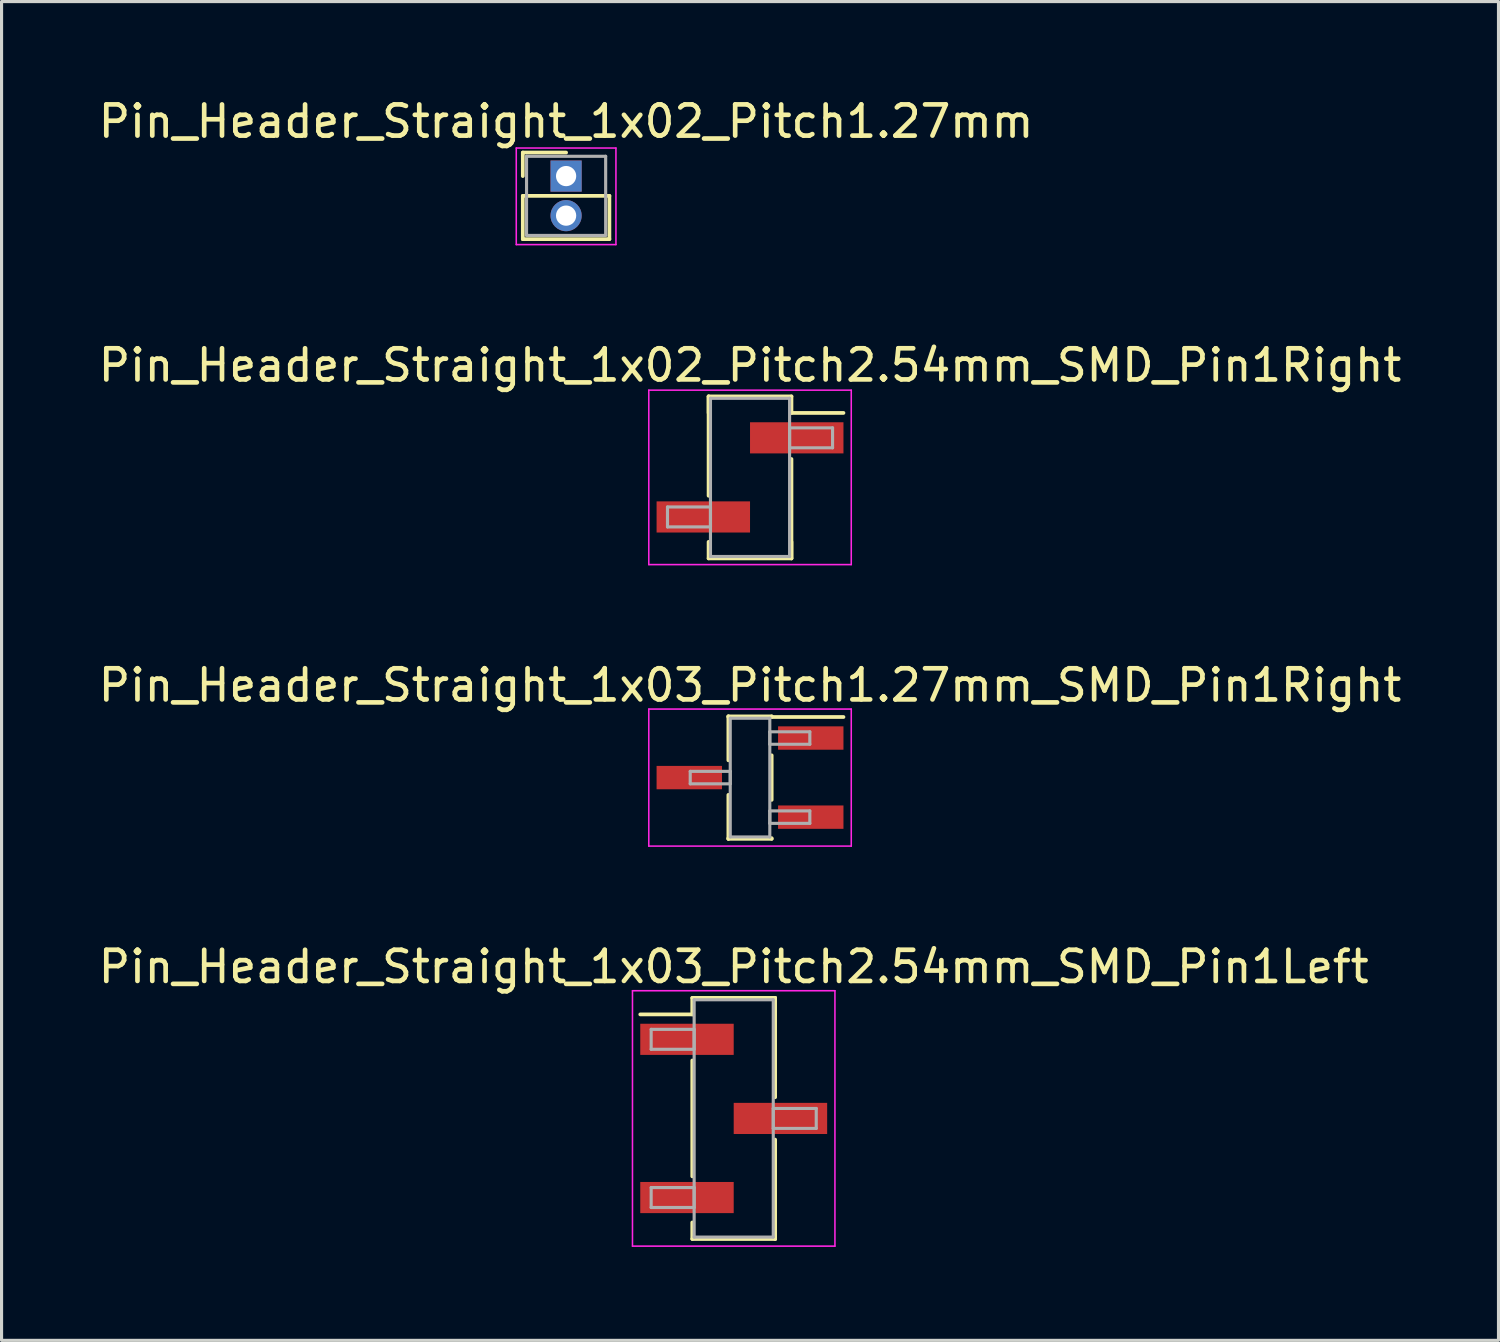
<source format=kicad_pcb>
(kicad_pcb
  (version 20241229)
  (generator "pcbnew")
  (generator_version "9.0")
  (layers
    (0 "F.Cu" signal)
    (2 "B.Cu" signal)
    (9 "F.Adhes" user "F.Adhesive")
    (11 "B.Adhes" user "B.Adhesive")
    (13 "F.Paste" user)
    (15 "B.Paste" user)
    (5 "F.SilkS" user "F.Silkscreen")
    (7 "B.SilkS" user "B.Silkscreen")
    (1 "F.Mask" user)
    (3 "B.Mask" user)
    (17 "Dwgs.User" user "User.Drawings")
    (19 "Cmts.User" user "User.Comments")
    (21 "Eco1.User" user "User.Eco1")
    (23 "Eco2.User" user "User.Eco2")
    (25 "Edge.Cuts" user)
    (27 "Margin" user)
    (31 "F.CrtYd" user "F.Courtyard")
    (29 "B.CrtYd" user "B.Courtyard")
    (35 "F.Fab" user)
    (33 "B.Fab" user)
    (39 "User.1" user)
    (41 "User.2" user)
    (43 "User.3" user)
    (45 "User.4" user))
  (footprint "Pin_Header_Straight_1x03_Pitch1.27mm_SMD_Pin1Right"
    (layer "F.Cu")
    (at 21.03 21.915)
    (property "Reference" "Pin_Header_Straight_1x03_Pitch1.27mm_SMD_Pin1Right" (at 0 -2.965 0) (layer "F.SilkS") (effects (font (size 1 1) (thickness 0.15))))
    (attr smd)
    (fp_line (start -0.695 -1.965) (end -0.695 -0.555) (stroke (width 0.12) (type solid)) (layer "F.SilkS"))
    (fp_line (start -0.695 -1.965) (end 0.695 -1.965) (stroke (width 0.12) (type solid)) (layer "F.SilkS"))
    (fp_line (start -0.695 -1.945) (end -0.695 -1.965) (stroke (width 0.12) (type solid)) (layer "F.SilkS"))
    (fp_line (start -0.695 0.555) (end -0.695 1.965) (stroke (width 0.12) (type solid)) (layer "F.SilkS"))
    (fp_line (start -0.695 1.945) (end -0.695 1.965) (stroke (width 0.12) (type solid)) (layer "F.SilkS"))
    (fp_line (start -0.695 1.965) (end 0.695 1.965) (stroke (width 0.12) (type solid)) (layer "F.SilkS"))
    (fp_line (start 0.695 -1.965) (end 0.695 -1.945) (stroke (width 0.12) (type solid)) (layer "F.SilkS"))
    (fp_line (start 0.695 -1.945) (end 3 -1.945) (stroke (width 0.12) (type solid)) (layer "F.SilkS"))
    (fp_line (start 0.695 -0.715) (end 0.695 0.715) (stroke (width 0.12) (type solid)) (layer "F.SilkS"))
    (fp_line (start 0.695 1.965) (end 0.695 1.945) (stroke (width 0.12) (type solid)) (layer "F.SilkS"))
    (fp_line (start -3.25 -2.2) (end -3.25 2.2) (stroke (width 0.05) (type solid)) (layer "F.CrtYd"))
    (fp_line (start -3.25 2.2) (end 3.25 2.2) (stroke (width 0.05) (type solid)) (layer "F.CrtYd"))
    (fp_line (start 3.25 -2.2) (end -3.25 -2.2) (stroke (width 0.05) (type solid)) (layer "F.CrtYd"))
    (fp_line (start 3.25 2.2) (end 3.25 -2.2) (stroke (width 0.05) (type solid)) (layer "F.CrtYd"))
    (fp_line (start -1.92 -0.2) (end -0.635 -0.2) (stroke (width 0.1) (type solid)) (layer "F.Fab"))
    (fp_line (start -1.92 0.2) (end -1.92 -0.2) (stroke (width 0.1) (type solid)) (layer "F.Fab"))
    (fp_line (start -0.635 -1.905) (end -0.635 1.905) (stroke (width 0.1) (type solid)) (layer "F.Fab"))
    (fp_line (start -0.635 -0.2) (end -0.635 0.2) (stroke (width 0.1) (type solid)) (layer "F.Fab"))
    (fp_line (start -0.635 0.2) (end -1.92 0.2) (stroke (width 0.1) (type solid)) (layer "F.Fab"))
    (fp_line (start -0.635 1.905) (end 0.635 1.905) (stroke (width 0.1) (type solid)) (layer "F.Fab"))
    (fp_line (start 0.635 -1.905) (end -0.635 -1.905) (stroke (width 0.1) (type solid)) (layer "F.Fab"))
    (fp_line (start 0.635 -1.47) (end 0.635 -1.07) (stroke (width 0.1) (type solid)) (layer "F.Fab"))
    (fp_line (start 0.635 -1.07) (end 1.92 -1.07) (stroke (width 0.1) (type solid)) (layer "F.Fab"))
    (fp_line (start 0.635 1.07) (end 0.635 1.47) (stroke (width 0.1) (type solid)) (layer "F.Fab"))
    (fp_line (start 0.635 1.47) (end 1.92 1.47) (stroke (width 0.1) (type solid)) (layer "F.Fab"))
    (fp_line (start 0.635 1.905) (end 0.635 -1.905) (stroke (width 0.1) (type solid)) (layer "F.Fab"))
    (fp_line (start 1.92 -1.47) (end 0.635 -1.47) (stroke (width 0.1) (type solid)) (layer "F.Fab"))
    (fp_line (start 1.92 -1.07) (end 1.92 -1.47) (stroke (width 0.1) (type solid)) (layer "F.Fab"))
    (fp_line (start 1.92 1.07) (end 0.635 1.07) (stroke (width 0.1) (type solid)) (layer "F.Fab"))
    (fp_line (start 1.92 1.47) (end 1.92 1.07) (stroke (width 0.1) (type solid)) (layer "F.Fab"))
    (pad "1" smd rect (at 1.95 -1.27) (size 2.1 0.75) (layers "F.Cu" "F.Mask"))
    (pad "2" smd rect (at -1.95 0) (size 2.1 0.75) (layers "F.Cu" "F.Mask"))
    (pad "3" smd rect (at 1.95 1.27) (size 2.1 0.75) (layers "F.Cu" "F.Mask")))
  (footprint "Pin_Header_Straight_1x02_Pitch2.54mm_SMD_Pin1Right"
    (layer "F.Cu")
    (at 21.03 12.277)
    (property "Reference" "Pin_Header_Straight_1x02_Pitch2.54mm_SMD_Pin1Right" (at 0 -3.6 0) (layer "F.SilkS") (effects (font (size 1 1) (thickness 0.15))))
    (attr smd)
    (fp_line (start -1.33 -2.6) (end -1.33 0.59) (stroke (width 0.12) (type solid)) (layer "F.SilkS"))
    (fp_line (start -1.33 -2.6) (end 1.33 -2.6) (stroke (width 0.12) (type solid)) (layer "F.SilkS"))
    (fp_line (start -1.33 -2.07) (end -1.33 -2.6) (stroke (width 0.12) (type solid)) (layer "F.SilkS"))
    (fp_line (start -1.33 2.07) (end -1.33 2.6) (stroke (width 0.12) (type solid)) (layer "F.SilkS"))
    (fp_line (start -1.33 2.6) (end 1.33 2.6) (stroke (width 0.12) (type solid)) (layer "F.SilkS"))
    (fp_line (start 1.33 -2.6) (end 1.33 -2.07) (stroke (width 0.12) (type solid)) (layer "F.SilkS"))
    (fp_line (start 1.33 -2.07) (end 3 -2.07) (stroke (width 0.12) (type solid)) (layer "F.SilkS"))
    (fp_line (start 1.33 -0.59) (end 1.33 2.6) (stroke (width 0.12) (type solid)) (layer "F.SilkS"))
    (fp_line (start 1.33 2.6) (end 1.33 2.07) (stroke (width 0.12) (type solid)) (layer "F.SilkS"))
    (fp_line (start -3.25 -2.8) (end -3.25 2.8) (stroke (width 0.05) (type solid)) (layer "F.CrtYd"))
    (fp_line (start -3.25 2.8) (end 3.25 2.8) (stroke (width 0.05) (type solid)) (layer "F.CrtYd"))
    (fp_line (start 3.25 -2.8) (end -3.25 -2.8) (stroke (width 0.05) (type solid)) (layer "F.CrtYd"))
    (fp_line (start 3.25 2.8) (end 3.25 -2.8) (stroke (width 0.05) (type solid)) (layer "F.CrtYd"))
    (fp_line (start -2.65 0.95) (end -1.27 0.95) (stroke (width 0.1) (type solid)) (layer "F.Fab"))
    (fp_line (start -2.65 1.59) (end -2.65 0.95) (stroke (width 0.1) (type solid)) (layer "F.Fab"))
    (fp_line (start -1.27 -2.54) (end -1.27 2.54) (stroke (width 0.1) (type solid)) (layer "F.Fab"))
    (fp_line (start -1.27 0.95) (end -1.27 1.59) (stroke (width 0.1) (type solid)) (layer "F.Fab"))
    (fp_line (start -1.27 1.59) (end -2.65 1.59) (stroke (width 0.1) (type solid)) (layer "F.Fab"))
    (fp_line (start -1.27 2.54) (end 1.27 2.54) (stroke (width 0.1) (type solid)) (layer "F.Fab"))
    (fp_line (start 1.27 -2.54) (end -1.27 -2.54) (stroke (width 0.1) (type solid)) (layer "F.Fab"))
    (fp_line (start 1.27 -1.59) (end 1.27 -0.95) (stroke (width 0.1) (type solid)) (layer "F.Fab"))
    (fp_line (start 1.27 -0.95) (end 2.65 -0.95) (stroke (width 0.1) (type solid)) (layer "F.Fab"))
    (fp_line (start 1.27 2.54) (end 1.27 -2.54) (stroke (width 0.1) (type solid)) (layer "F.Fab"))
    (fp_line (start 2.65 -1.59) (end 1.27 -1.59) (stroke (width 0.1) (type solid)) (layer "F.Fab"))
    (fp_line (start 2.65 -0.95) (end 2.65 -1.59) (stroke (width 0.1) (type solid)) (layer "F.Fab"))
    (pad "1" smd rect (at 1.5 -1.27) (size 3 1) (layers "F.Cu" "F.Mask"))
    (pad "2" smd rect (at -1.5 1.27) (size 3 1) (layers "F.Cu" "F.Mask")))
  (footprint "Pin_Header_Straight_1x03_Pitch2.54mm_SMD_Pin1Left"
    (layer "F.Cu")
    (at 20.506 32.858)
    (property "Reference" "Pin_Header_Straight_1x03_Pitch2.54mm_SMD_Pin1Left" (at 0 -4.87 0) (layer "F.SilkS") (effects (font (size 1 1) (thickness 0.15))))
    (attr smd)
    (fp_line (start -1.33 -3.87) (end 1.33 -3.87) (stroke (width 0.12) (type solid)) (layer "F.SilkS"))
    (fp_line (start -1.33 -3.34) (end -3 -3.34) (stroke (width 0.12) (type solid)) (layer "F.SilkS"))
    (fp_line (start -1.33 -3.34) (end -1.33 -3.87) (stroke (width 0.12) (type solid)) (layer "F.SilkS"))
    (fp_line (start -1.33 -1.86) (end -1.33 1.86) (stroke (width 0.12) (type solid)) (layer "F.SilkS"))
    (fp_line (start -1.33 3.34) (end -1.33 3.87) (stroke (width 0.12) (type solid)) (layer "F.SilkS"))
    (fp_line (start -1.33 3.87) (end 1.33 3.87) (stroke (width 0.12) (type solid)) (layer "F.SilkS"))
    (fp_line (start 1.33 -3.87) (end 1.33 -3.34) (stroke (width 0.12) (type solid)) (layer "F.SilkS"))
    (fp_line (start 1.33 -3.87) (end 1.33 -0.68) (stroke (width 0.12) (type solid)) (layer "F.SilkS"))
    (fp_line (start 1.33 0.68) (end 1.33 3.87) (stroke (width 0.12) (type solid)) (layer "F.SilkS"))
    (fp_line (start 1.33 3.87) (end 1.33 3.34) (stroke (width 0.12) (type solid)) (layer "F.SilkS"))
    (fp_line (start -3.25 -4.1) (end -3.25 4.1) (stroke (width 0.05) (type solid)) (layer "F.CrtYd"))
    (fp_line (start -3.25 4.1) (end 3.25 4.1) (stroke (width 0.05) (type solid)) (layer "F.CrtYd"))
    (fp_line (start 3.25 -4.1) (end -3.25 -4.1) (stroke (width 0.05) (type solid)) (layer "F.CrtYd"))
    (fp_line (start 3.25 4.1) (end 3.25 -4.1) (stroke (width 0.05) (type solid)) (layer "F.CrtYd"))
    (fp_line (start -2.65 -2.86) (end -1.27 -2.86) (stroke (width 0.1) (type solid)) (layer "F.Fab"))
    (fp_line (start -2.65 -2.22) (end -2.65 -2.86) (stroke (width 0.1) (type solid)) (layer "F.Fab"))
    (fp_line (start -2.65 2.22) (end -1.27 2.22) (stroke (width 0.1) (type solid)) (layer "F.Fab"))
    (fp_line (start -2.65 2.86) (end -2.65 2.22) (stroke (width 0.1) (type solid)) (layer "F.Fab"))
    (fp_line (start -1.27 -3.81) (end -1.27 3.81) (stroke (width 0.1) (type solid)) (layer "F.Fab"))
    (fp_line (start -1.27 -2.86) (end -1.27 -2.22) (stroke (width 0.1) (type solid)) (layer "F.Fab"))
    (fp_line (start -1.27 -2.22) (end -2.65 -2.22) (stroke (width 0.1) (type solid)) (layer "F.Fab"))
    (fp_line (start -1.27 2.22) (end -1.27 2.86) (stroke (width 0.1) (type solid)) (layer "F.Fab"))
    (fp_line (start -1.27 2.86) (end -2.65 2.86) (stroke (width 0.1) (type solid)) (layer "F.Fab"))
    (fp_line (start -1.27 3.81) (end 1.27 3.81) (stroke (width 0.1) (type solid)) (layer "F.Fab"))
    (fp_line (start 1.27 -3.81) (end -1.27 -3.81) (stroke (width 0.1) (type solid)) (layer "F.Fab"))
    (fp_line (start 1.27 -0.32) (end 1.27 0.32) (stroke (width 0.1) (type solid)) (layer "F.Fab"))
    (fp_line (start 1.27 0.32) (end 2.65 0.32) (stroke (width 0.1) (type solid)) (layer "F.Fab"))
    (fp_line (start 1.27 3.81) (end 1.27 -3.81) (stroke (width 0.1) (type solid)) (layer "F.Fab"))
    (fp_line (start 2.65 -0.32) (end 1.27 -0.32) (stroke (width 0.1) (type solid)) (layer "F.Fab"))
    (fp_line (start 2.65 0.32) (end 2.65 -0.32) (stroke (width 0.1) (type solid)) (layer "F.Fab"))
    (pad "1" smd rect (at -1.5 -2.54) (size 3 1) (layers "F.Cu" "F.Mask"))
    (pad "2" smd rect (at 1.5 0) (size 3 1) (layers "F.Cu" "F.Mask"))
    (pad "3" smd rect (at -1.5 2.54) (size 3 1) (layers "F.Cu" "F.Mask")))
  (footprint "Pin_Header_Straight_1x02_Pitch1.27mm"
    (layer "F.Cu")
    (at 15.125 2.603)
    (property "Reference" "Pin_Header_Straight_1x02_Pitch1.27mm" (at 0 -1.755 0) (layer "F.SilkS") (effects (font (size 1 1) (thickness 0.15))))
    (attr through_hole)
    (fp_line (start -1.39 -0.755) (end 0 -0.755) (stroke (width 0.12) (type solid)) (layer "F.SilkS"))
    (fp_line (start -1.39 0) (end -1.39 -0.755) (stroke (width 0.12) (type solid)) (layer "F.SilkS"))
    (fp_line (start -1.39 0.635) (end -1.39 2.025) (stroke (width 0.12) (type solid)) (layer "F.SilkS"))
    (fp_line (start -1.39 2.025) (end 1.39 2.025) (stroke (width 0.12) (type solid)) (layer "F.SilkS"))
    (fp_line (start 1.39 0.635) (end -1.39 0.635) (stroke (width 0.12) (type solid)) (layer "F.SilkS"))
    (fp_line (start 1.39 2.025) (end 1.39 0.635) (stroke (width 0.12) (type solid)) (layer "F.SilkS"))
    (fp_line (start -1.6 -0.9) (end -1.6 2.2) (stroke (width 0.05) (type solid)) (layer "F.CrtYd"))
    (fp_line (start -1.6 2.2) (end 1.6 2.2) (stroke (width 0.05) (type solid)) (layer "F.CrtYd"))
    (fp_line (start 1.6 -0.9) (end -1.6 -0.9) (stroke (width 0.05) (type solid)) (layer "F.CrtYd"))
    (fp_line (start 1.6 2.2) (end 1.6 -0.9) (stroke (width 0.05) (type solid)) (layer "F.CrtYd"))
    (fp_line (start -1.27 -0.635) (end -1.27 1.905) (stroke (width 0.1) (type solid)) (layer "F.Fab"))
    (fp_line (start -1.27 1.905) (end 1.27 1.905) (stroke (width 0.1) (type solid)) (layer "F.Fab"))
    (fp_line (start 1.27 -0.635) (end -1.27 -0.635) (stroke (width 0.1) (type solid)) (layer "F.Fab"))
    (fp_line (start 1.27 1.905) (end 1.27 -0.635) (stroke (width 0.1) (type solid)) (layer "F.Fab"))
    (pad "1" thru_hole rect (at 0 0) (size 1 1) (drill 0.65) (layers "*.Cu" "*.Mask"))
    (pad "2" thru_hole oval (at 0 1.27) (size 1 1) (drill 0.65) (layers "*.Cu" "*.Mask")))
  (gr_rect
    (start -3 -3)
    (end 45.06 39.983)
    (stroke (width 0.1) (type default))
    (fill no)
    (layer "Edge.Cuts")))
</source>
